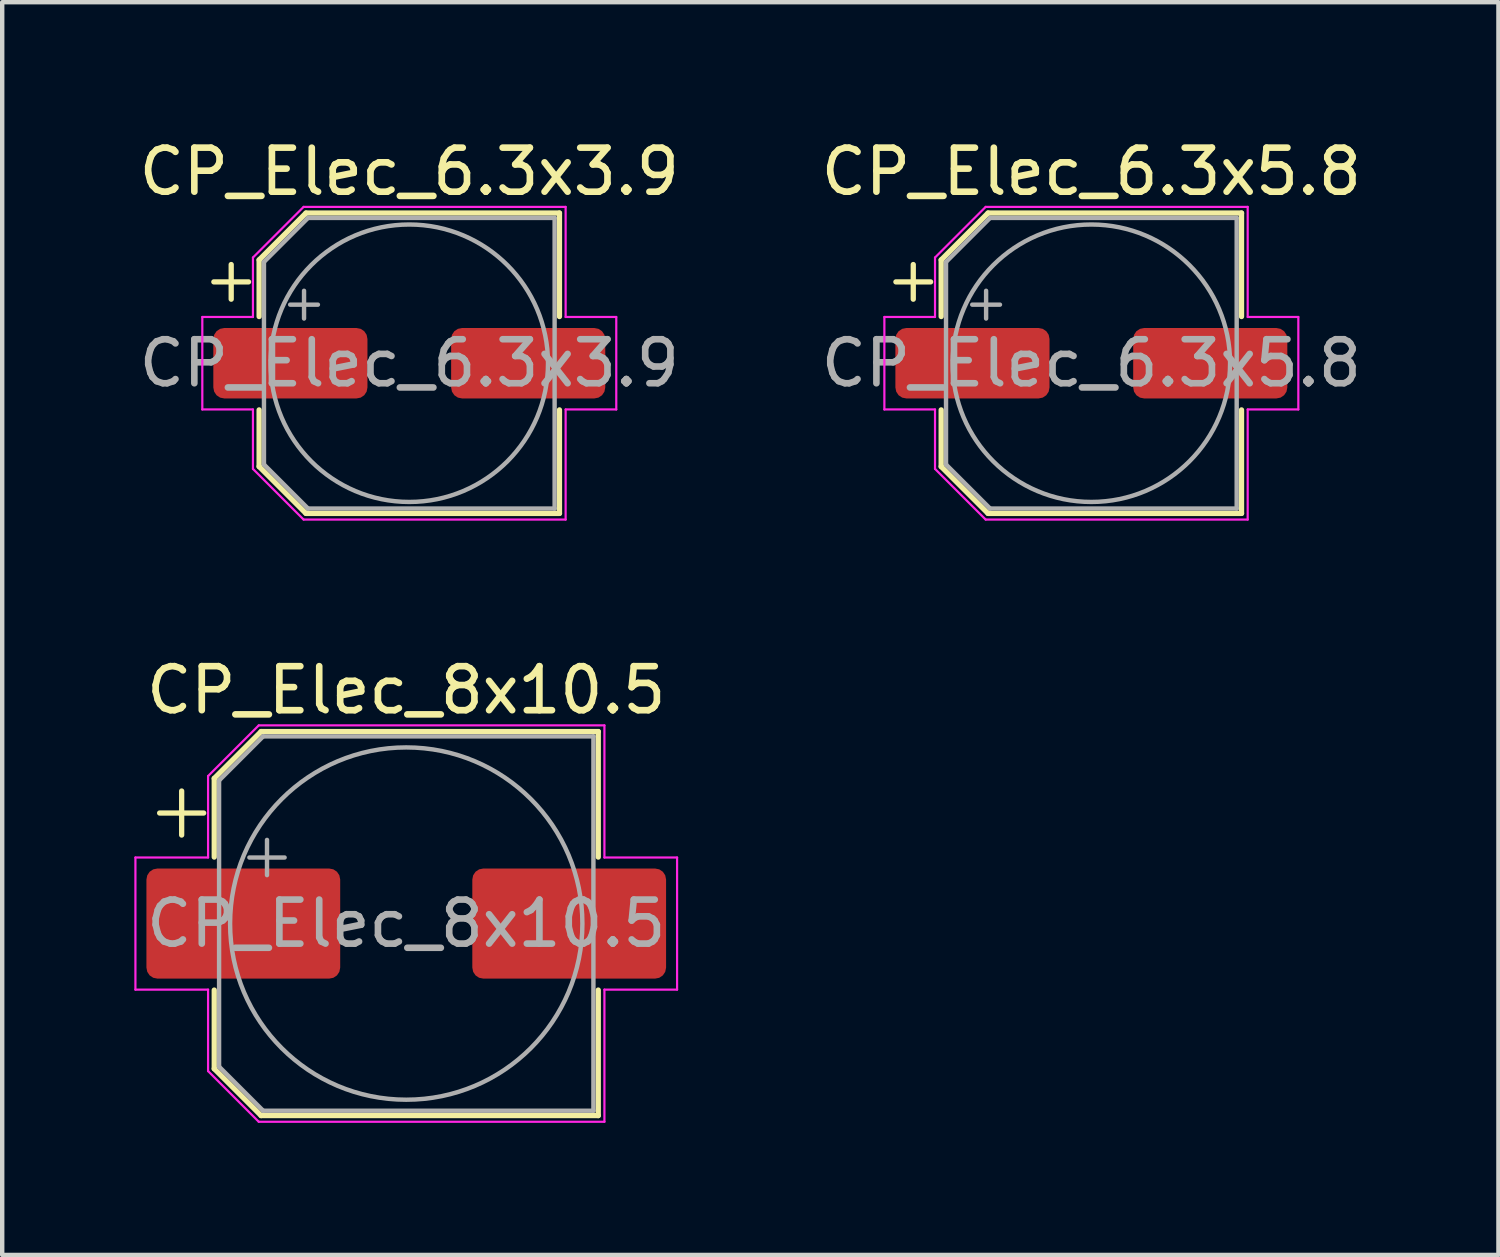
<source format=kicad_pcb>
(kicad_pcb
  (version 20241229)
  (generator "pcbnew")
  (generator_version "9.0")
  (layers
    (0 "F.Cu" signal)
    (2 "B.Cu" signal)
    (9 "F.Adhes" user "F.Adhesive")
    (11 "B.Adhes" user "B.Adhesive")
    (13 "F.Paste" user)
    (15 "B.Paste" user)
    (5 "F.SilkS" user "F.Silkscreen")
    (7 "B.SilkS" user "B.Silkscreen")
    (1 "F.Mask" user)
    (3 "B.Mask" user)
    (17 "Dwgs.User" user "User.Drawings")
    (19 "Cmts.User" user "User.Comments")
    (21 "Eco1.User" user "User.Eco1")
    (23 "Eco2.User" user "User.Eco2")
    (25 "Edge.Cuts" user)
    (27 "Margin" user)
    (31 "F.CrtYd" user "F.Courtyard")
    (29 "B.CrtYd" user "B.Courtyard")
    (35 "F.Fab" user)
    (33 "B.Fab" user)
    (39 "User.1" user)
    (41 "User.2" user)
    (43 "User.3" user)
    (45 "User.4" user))
  (footprint "CP_Elec_6.3x5.8"
    (layer "F.Cu")
    (at 21.732 5.198)
    (property "Reference" "CP_Elec_6.3x5.8" (at 0 -4.35 0) (layer "F.SilkS") (effects (font (size 1 1) (thickness 0.15))))
    (attr smd)
    (fp_line (start -4.438 -1.847) (end -3.65 -1.847) (stroke (width 0.12) (type solid)) (layer "F.SilkS"))
    (fp_line (start -4.044 -2.241) (end -4.044 -1.454) (stroke (width 0.12) (type solid)) (layer "F.SilkS"))
    (fp_line (start -3.41 -2.346) (end -3.41 -1.06) (stroke (width 0.12) (type solid)) (layer "F.SilkS"))
    (fp_line (start -3.41 -2.346) (end -2.346 -3.41) (stroke (width 0.12) (type solid)) (layer "F.SilkS"))
    (fp_line (start -3.41 2.346) (end -3.41 1.06) (stroke (width 0.12) (type solid)) (layer "F.SilkS"))
    (fp_line (start -3.41 2.346) (end -2.346 3.41) (stroke (width 0.12) (type solid)) (layer "F.SilkS"))
    (fp_line (start -2.346 -3.41) (end 3.41 -3.41) (stroke (width 0.12) (type solid)) (layer "F.SilkS"))
    (fp_line (start -2.346 3.41) (end 3.41 3.41) (stroke (width 0.12) (type solid)) (layer "F.SilkS"))
    (fp_line (start 3.41 -3.41) (end 3.41 -1.06) (stroke (width 0.12) (type solid)) (layer "F.SilkS"))
    (fp_line (start 3.41 3.41) (end 3.41 1.06) (stroke (width 0.12) (type solid)) (layer "F.SilkS"))
    (fp_line (start -4.7 -1.05) (end -4.7 1.05) (stroke (width 0.05) (type solid)) (layer "F.CrtYd"))
    (fp_line (start -4.7 1.05) (end -3.55 1.05) (stroke (width 0.05) (type solid)) (layer "F.CrtYd"))
    (fp_line (start -3.55 -2.4) (end -3.55 -1.05) (stroke (width 0.05) (type solid)) (layer "F.CrtYd"))
    (fp_line (start -3.55 -2.4) (end -2.4 -3.55) (stroke (width 0.05) (type solid)) (layer "F.CrtYd"))
    (fp_line (start -3.55 -1.05) (end -4.7 -1.05) (stroke (width 0.05) (type solid)) (layer "F.CrtYd"))
    (fp_line (start -3.55 1.05) (end -3.55 2.4) (stroke (width 0.05) (type solid)) (layer "F.CrtYd"))
    (fp_line (start -3.55 2.4) (end -2.4 3.55) (stroke (width 0.05) (type solid)) (layer "F.CrtYd"))
    (fp_line (start -2.4 -3.55) (end 3.55 -3.55) (stroke (width 0.05) (type solid)) (layer "F.CrtYd"))
    (fp_line (start -2.4 3.55) (end 3.55 3.55) (stroke (width 0.05) (type solid)) (layer "F.CrtYd"))
    (fp_line (start 3.55 -3.55) (end 3.55 -1.05) (stroke (width 0.05) (type solid)) (layer "F.CrtYd"))
    (fp_line (start 3.55 -1.05) (end 4.7 -1.05) (stroke (width 0.05) (type solid)) (layer "F.CrtYd"))
    (fp_line (start 3.55 1.05) (end 3.55 3.55) (stroke (width 0.05) (type solid)) (layer "F.CrtYd"))
    (fp_line (start 4.7 -1.05) (end 4.7 1.05) (stroke (width 0.05) (type solid)) (layer "F.CrtYd"))
    (fp_line (start 4.7 1.05) (end 3.55 1.05) (stroke (width 0.05) (type solid)) (layer "F.CrtYd"))
    (fp_line (start -3.3 -2.3) (end -3.3 2.3) (stroke (width 0.1) (type solid)) (layer "F.Fab"))
    (fp_line (start -3.3 -2.3) (end -2.3 -3.3) (stroke (width 0.1) (type solid)) (layer "F.Fab"))
    (fp_line (start -3.3 2.3) (end -2.3 3.3) (stroke (width 0.1) (type solid)) (layer "F.Fab"))
    (fp_line (start -2.705 -1.33) (end -2.075 -1.33) (stroke (width 0.1) (type solid)) (layer "F.Fab"))
    (fp_line (start -2.39 -1.645) (end -2.39 -1.015) (stroke (width 0.1) (type solid)) (layer "F.Fab"))
    (fp_line (start -2.3 -3.3) (end 3.3 -3.3) (stroke (width 0.1) (type solid)) (layer "F.Fab"))
    (fp_line (start -2.3 3.3) (end 3.3 3.3) (stroke (width 0.1) (type solid)) (layer "F.Fab"))
    (fp_line (start 3.3 -3.3) (end 3.3 3.3) (stroke (width 0.1) (type solid)) (layer "F.Fab"))
    (fp_circle (center 0 0) (end 3.15 0) (stroke (width 0.1) (type solid)) (fill no) (layer "F.Fab"))
    (fp_text user "${REFERENCE}" (at 0 0 0) (layer "F.Fab") (effects (font (size 1 1) (thickness 0.15))))
    (pad "1" smd roundrect (at -2.7 0) (size 3.5 1.6) (layers "F.Cu" "F.Mask" "F.Paste") (roundrect_rratio 0.156))
    (pad "2" smd roundrect (at 2.7 0) (size 3.5 1.6) (layers "F.Cu" "F.Mask" "F.Paste") (roundrect_rratio 0.156)))
  (footprint "CP_Elec_6.3x3.9"
    (layer "F.Cu")
    (at 6.244 5.198)
    (property "Reference" "CP_Elec_6.3x3.9" (at 0 -4.35 0) (layer "F.SilkS") (effects (font (size 1 1) (thickness 0.15))))
    (attr smd)
    (fp_line (start -4.438 -1.847) (end -3.65 -1.847) (stroke (width 0.12) (type solid)) (layer "F.SilkS"))
    (fp_line (start -4.044 -2.241) (end -4.044 -1.454) (stroke (width 0.12) (type solid)) (layer "F.SilkS"))
    (fp_line (start -3.41 -2.346) (end -3.41 -1.06) (stroke (width 0.12) (type solid)) (layer "F.SilkS"))
    (fp_line (start -3.41 -2.346) (end -2.346 -3.41) (stroke (width 0.12) (type solid)) (layer "F.SilkS"))
    (fp_line (start -3.41 2.346) (end -3.41 1.06) (stroke (width 0.12) (type solid)) (layer "F.SilkS"))
    (fp_line (start -3.41 2.346) (end -2.346 3.41) (stroke (width 0.12) (type solid)) (layer "F.SilkS"))
    (fp_line (start -2.346 -3.41) (end 3.41 -3.41) (stroke (width 0.12) (type solid)) (layer "F.SilkS"))
    (fp_line (start -2.346 3.41) (end 3.41 3.41) (stroke (width 0.12) (type solid)) (layer "F.SilkS"))
    (fp_line (start 3.41 -3.41) (end 3.41 -1.06) (stroke (width 0.12) (type solid)) (layer "F.SilkS"))
    (fp_line (start 3.41 3.41) (end 3.41 1.06) (stroke (width 0.12) (type solid)) (layer "F.SilkS"))
    (fp_line (start -4.7 -1.05) (end -4.7 1.05) (stroke (width 0.05) (type solid)) (layer "F.CrtYd"))
    (fp_line (start -4.7 1.05) (end -3.55 1.05) (stroke (width 0.05) (type solid)) (layer "F.CrtYd"))
    (fp_line (start -3.55 -2.4) (end -3.55 -1.05) (stroke (width 0.05) (type solid)) (layer "F.CrtYd"))
    (fp_line (start -3.55 -2.4) (end -2.4 -3.55) (stroke (width 0.05) (type solid)) (layer "F.CrtYd"))
    (fp_line (start -3.55 -1.05) (end -4.7 -1.05) (stroke (width 0.05) (type solid)) (layer "F.CrtYd"))
    (fp_line (start -3.55 1.05) (end -3.55 2.4) (stroke (width 0.05) (type solid)) (layer "F.CrtYd"))
    (fp_line (start -3.55 2.4) (end -2.4 3.55) (stroke (width 0.05) (type solid)) (layer "F.CrtYd"))
    (fp_line (start -2.4 -3.55) (end 3.55 -3.55) (stroke (width 0.05) (type solid)) (layer "F.CrtYd"))
    (fp_line (start -2.4 3.55) (end 3.55 3.55) (stroke (width 0.05) (type solid)) (layer "F.CrtYd"))
    (fp_line (start 3.55 -3.55) (end 3.55 -1.05) (stroke (width 0.05) (type solid)) (layer "F.CrtYd"))
    (fp_line (start 3.55 -1.05) (end 4.7 -1.05) (stroke (width 0.05) (type solid)) (layer "F.CrtYd"))
    (fp_line (start 3.55 1.05) (end 3.55 3.55) (stroke (width 0.05) (type solid)) (layer "F.CrtYd"))
    (fp_line (start 4.7 -1.05) (end 4.7 1.05) (stroke (width 0.05) (type solid)) (layer "F.CrtYd"))
    (fp_line (start 4.7 1.05) (end 3.55 1.05) (stroke (width 0.05) (type solid)) (layer "F.CrtYd"))
    (fp_line (start -3.3 -2.3) (end -3.3 2.3) (stroke (width 0.1) (type solid)) (layer "F.Fab"))
    (fp_line (start -3.3 -2.3) (end -2.3 -3.3) (stroke (width 0.1) (type solid)) (layer "F.Fab"))
    (fp_line (start -3.3 2.3) (end -2.3 3.3) (stroke (width 0.1) (type solid)) (layer "F.Fab"))
    (fp_line (start -2.705 -1.33) (end -2.075 -1.33) (stroke (width 0.1) (type solid)) (layer "F.Fab"))
    (fp_line (start -2.39 -1.645) (end -2.39 -1.015) (stroke (width 0.1) (type solid)) (layer "F.Fab"))
    (fp_line (start -2.3 -3.3) (end 3.3 -3.3) (stroke (width 0.1) (type solid)) (layer "F.Fab"))
    (fp_line (start -2.3 3.3) (end 3.3 3.3) (stroke (width 0.1) (type solid)) (layer "F.Fab"))
    (fp_line (start 3.3 -3.3) (end 3.3 3.3) (stroke (width 0.1) (type solid)) (layer "F.Fab"))
    (fp_circle (center 0 0) (end 3.15 0) (stroke (width 0.1) (type solid)) (fill no) (layer "F.Fab"))
    (fp_text user "${REFERENCE}" (at 0 0 0) (layer "F.Fab") (effects (font (size 1 1) (thickness 0.15))))
    (pad "1" smd roundrect (at -2.7 0) (size 3.5 1.6) (layers "F.Cu" "F.Mask" "F.Paste") (roundrect_rratio 0.156))
    (pad "2" smd roundrect (at 2.7 0) (size 3.5 1.6) (layers "F.Cu" "F.Mask" "F.Paste") (roundrect_rratio 0.156)))
  (footprint "CP_Elec_8x10.5"
    (layer "F.Cu")
    (at 6.175 17.922)
    (property "Reference" "CP_Elec_8x10.5" (at 0 -5.3 0) (layer "F.SilkS") (effects (font (size 1 1) (thickness 0.15))))
    (attr smd)
    (fp_line (start -5.6 -2.51) (end -4.6 -2.51) (stroke (width 0.12) (type solid)) (layer "F.SilkS"))
    (fp_line (start -5.1 -3.01) (end -5.1 -2.01) (stroke (width 0.12) (type solid)) (layer "F.SilkS"))
    (fp_line (start -4.36 -3.296) (end -4.36 -1.51) (stroke (width 0.12) (type solid)) (layer "F.SilkS"))
    (fp_line (start -4.36 -3.296) (end -3.296 -4.36) (stroke (width 0.12) (type solid)) (layer "F.SilkS"))
    (fp_line (start -4.36 3.296) (end -4.36 1.51) (stroke (width 0.12) (type solid)) (layer "F.SilkS"))
    (fp_line (start -4.36 3.296) (end -3.296 4.36) (stroke (width 0.12) (type solid)) (layer "F.SilkS"))
    (fp_line (start -3.296 -4.36) (end 4.36 -4.36) (stroke (width 0.12) (type solid)) (layer "F.SilkS"))
    (fp_line (start -3.296 4.36) (end 4.36 4.36) (stroke (width 0.12) (type solid)) (layer "F.SilkS"))
    (fp_line (start 4.36 -4.36) (end 4.36 -1.51) (stroke (width 0.12) (type solid)) (layer "F.SilkS"))
    (fp_line (start 4.36 4.36) (end 4.36 1.51) (stroke (width 0.12) (type solid)) (layer "F.SilkS"))
    (fp_line (start -6.15 -1.5) (end -6.15 1.5) (stroke (width 0.05) (type solid)) (layer "F.CrtYd"))
    (fp_line (start -6.15 1.5) (end -4.5 1.5) (stroke (width 0.05) (type solid)) (layer "F.CrtYd"))
    (fp_line (start -4.5 -3.35) (end -4.5 -1.5) (stroke (width 0.05) (type solid)) (layer "F.CrtYd"))
    (fp_line (start -4.5 -3.35) (end -3.35 -4.5) (stroke (width 0.05) (type solid)) (layer "F.CrtYd"))
    (fp_line (start -4.5 -1.5) (end -6.15 -1.5) (stroke (width 0.05) (type solid)) (layer "F.CrtYd"))
    (fp_line (start -4.5 1.5) (end -4.5 3.35) (stroke (width 0.05) (type solid)) (layer "F.CrtYd"))
    (fp_line (start -4.5 3.35) (end -3.35 4.5) (stroke (width 0.05) (type solid)) (layer "F.CrtYd"))
    (fp_line (start -3.35 -4.5) (end 4.5 -4.5) (stroke (width 0.05) (type solid)) (layer "F.CrtYd"))
    (fp_line (start -3.35 4.5) (end 4.5 4.5) (stroke (width 0.05) (type solid)) (layer "F.CrtYd"))
    (fp_line (start 4.5 -4.5) (end 4.5 -1.5) (stroke (width 0.05) (type solid)) (layer "F.CrtYd"))
    (fp_line (start 4.5 -1.5) (end 6.15 -1.5) (stroke (width 0.05) (type solid)) (layer "F.CrtYd"))
    (fp_line (start 4.5 1.5) (end 4.5 4.5) (stroke (width 0.05) (type solid)) (layer "F.CrtYd"))
    (fp_line (start 6.15 -1.5) (end 6.15 1.5) (stroke (width 0.05) (type solid)) (layer "F.CrtYd"))
    (fp_line (start 6.15 1.5) (end 4.5 1.5) (stroke (width 0.05) (type solid)) (layer "F.CrtYd"))
    (fp_line (start -4.25 -3.25) (end -4.25 3.25) (stroke (width 0.1) (type solid)) (layer "F.Fab"))
    (fp_line (start -4.25 -3.25) (end -3.25 -4.25) (stroke (width 0.1) (type solid)) (layer "F.Fab"))
    (fp_line (start -4.25 3.25) (end -3.25 4.25) (stroke (width 0.1) (type solid)) (layer "F.Fab"))
    (fp_line (start -3.562 -1.5) (end -2.762 -1.5) (stroke (width 0.1) (type solid)) (layer "F.Fab"))
    (fp_line (start -3.25 -4.25) (end 4.25 -4.25) (stroke (width 0.1) (type solid)) (layer "F.Fab"))
    (fp_line (start -3.25 4.25) (end 4.25 4.25) (stroke (width 0.1) (type solid)) (layer "F.Fab"))
    (fp_line (start -3.162 -1.9) (end -3.162 -1.1) (stroke (width 0.1) (type solid)) (layer "F.Fab"))
    (fp_line (start 4.25 -4.25) (end 4.25 4.25) (stroke (width 0.1) (type solid)) (layer "F.Fab"))
    (fp_circle (center 0 0) (end 4 0) (stroke (width 0.1) (type solid)) (fill no) (layer "F.Fab"))
    (fp_text user "${REFERENCE}" (at 0 0 0) (layer "F.Fab") (effects (font (size 1 1) (thickness 0.15))))
    (pad "1" smd roundrect (at -3.7 0) (size 4.4 2.5) (layers "F.Cu" "F.Mask" "F.Paste") (roundrect_rratio 0.1))
    (pad "2" smd roundrect (at 3.7 0) (size 4.4 2.5) (layers "F.Cu" "F.Mask" "F.Paste") (roundrect_rratio 0.1)))
  (gr_rect
    (start -3 -3)
    (end 30.976 25.447)
    (stroke (width 0.1) (type default))
    (fill no)
    (layer "Edge.Cuts")))
</source>
